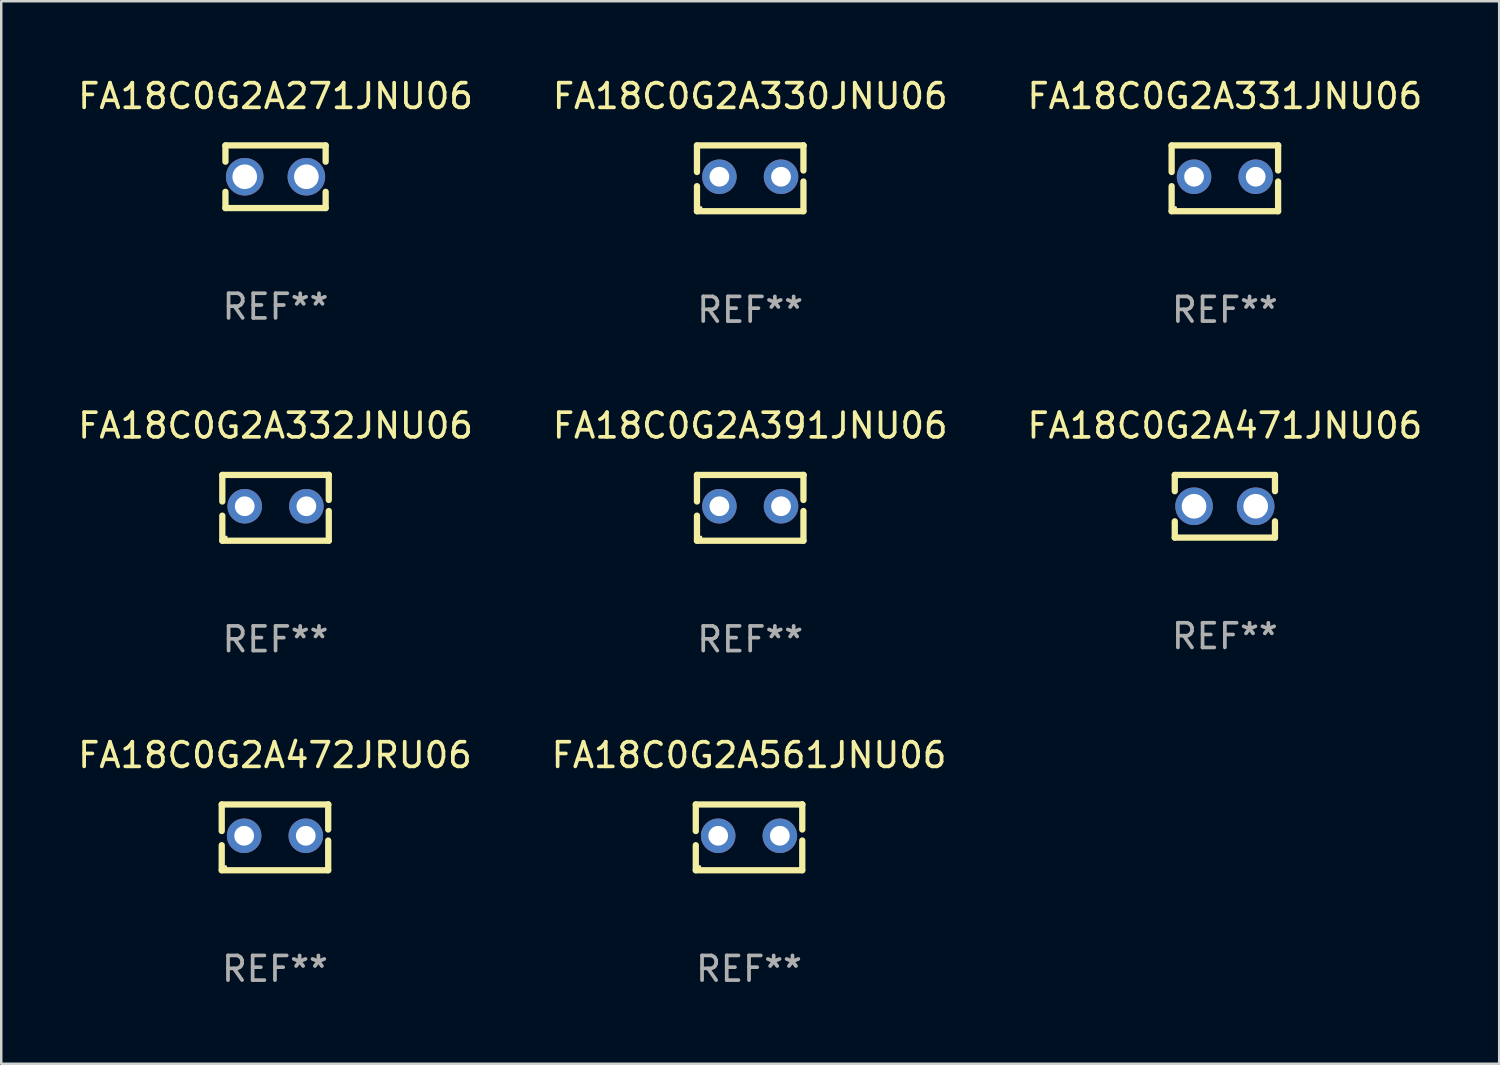
<source format=kicad_pcb>
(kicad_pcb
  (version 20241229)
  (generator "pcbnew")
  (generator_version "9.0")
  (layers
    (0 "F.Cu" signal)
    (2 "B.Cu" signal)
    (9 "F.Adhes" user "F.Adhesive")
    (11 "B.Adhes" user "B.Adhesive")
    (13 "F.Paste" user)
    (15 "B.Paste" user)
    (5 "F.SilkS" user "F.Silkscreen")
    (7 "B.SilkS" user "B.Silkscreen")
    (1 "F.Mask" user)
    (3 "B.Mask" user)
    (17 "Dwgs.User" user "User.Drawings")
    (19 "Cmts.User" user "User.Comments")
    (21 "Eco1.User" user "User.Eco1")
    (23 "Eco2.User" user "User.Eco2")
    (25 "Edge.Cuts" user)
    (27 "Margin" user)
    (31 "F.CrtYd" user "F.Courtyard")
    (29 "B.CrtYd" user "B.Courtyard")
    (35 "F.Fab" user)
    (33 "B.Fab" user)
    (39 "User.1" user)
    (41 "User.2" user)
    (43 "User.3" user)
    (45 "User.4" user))
  (footprint "FA18C0G2A391JNU06"
    (layer "F.Cu")
    (at 27.375 17.545)
    (property "Reference" "FA18C0G2A391JNU06" (at 0 -3.334 0) (layer "F.SilkS") (effects (font (size 1 1) (thickness 0.15))))
    (attr through_hole)
    (fp_line (start -2.159 -1.334) (end 2.159 -1.334) (stroke (width 0.254) (type solid)) (layer "F.SilkS"))
    (fp_line (start -2.159 -0.256) (end -2.159 -1.334) (stroke (width 0.254) (type solid)) (layer "F.SilkS"))
    (fp_line (start -2.159 1.334) (end -2.159 0.318) (stroke (width 0.254) (type solid)) (layer "F.SilkS"))
    (fp_line (start 2.159 -1.334) (end 2.159 -1.334) (stroke (width 0.254) (type solid)) (layer "F.SilkS"))
    (fp_line (start 2.159 -1.334) (end 2.159 -0.318) (stroke (width 0.254) (type solid)) (layer "F.SilkS"))
    (fp_line (start 2.159 0.129) (end 2.159 1.334) (stroke (width 0.254) (type solid)) (layer "F.SilkS"))
    (fp_line (start 2.159 1.334) (end -2.159 1.334) (stroke (width 0.254) (type solid)) (layer "F.SilkS"))
    (fp_circle (center -2 1.186) (end -1.97 1.186) (stroke (width 0.06) (type solid)) (fill no) (layer "F.SilkS"))
    (fp_text user "REF**" (at 0 5.334 0) (layer "F.Fab") (effects (font (size 1 1) (thickness 0.15))))
    (pad "1" thru_hole circle (at -1.25 -0.064) (size 1.4 1.4) (drill 0.8) (layers "*.Cu" "*.Mask"))
    (pad "2" thru_hole circle (at 1.25 -0.064) (size 1.4 1.4) (drill 0.8) (layers "*.Cu" "*.Mask")))
  (footprint "FA18C0G2A271JNU06"
    (layer "F.Cu")
    (at 8.125 4.118)
    (property "Reference" "FA18C0G2A271JNU06" (at 0 -3.27 0) (layer "F.SilkS") (effects (font (size 1 1) (thickness 0.15))))
    (attr through_hole)
    (fp_line (start -2.032 -1.27) (end -2.032 -0.611) (stroke (width 0.254) (type solid)) (layer "F.SilkS"))
    (fp_line (start -2.032 0.611) (end -2.032 1.27) (stroke (width 0.254) (type solid)) (layer "F.SilkS"))
    (fp_line (start -2.032 1.27) (end 2.032 1.27) (stroke (width 0.254) (type solid)) (layer "F.SilkS"))
    (fp_line (start 2.032 -1.27) (end -2.032 -1.27) (stroke (width 0.254) (type solid)) (layer "F.SilkS"))
    (fp_line (start 2.032 -0.611) (end 2.032 -1.27) (stroke (width 0.254) (type solid)) (layer "F.SilkS"))
    (fp_line (start 2.032 1.27) (end 2.032 0.611) (stroke (width 0.254) (type solid)) (layer "F.SilkS"))
    (fp_circle (center -2 1.25) (end -1.97 1.25) (stroke (width 0.06) (type solid)) (fill no) (layer "F.SilkS"))
    (fp_text user "REF**" (at 0 5.27 0) (layer "F.Fab") (effects (font (size 1 1) (thickness 0.15))))
    (pad "1" thru_hole circle (at -1.25 0) (size 1.524 1.524) (drill 1) (layers "*.Cu" "*.Mask"))
    (pad "2" thru_hole circle (at 1.25 0) (size 1.524 1.524) (drill 1) (layers "*.Cu" "*.Mask")))
  (footprint "FA18C0G2A561JNU06"
    (layer "F.Cu")
    (at 27.327 30.909)
    (property "Reference" "FA18C0G2A561JNU06" (at 0 -3.334 0) (layer "F.SilkS") (effects (font (size 1 1) (thickness 0.15))))
    (attr through_hole)
    (fp_line (start -2.159 -1.334) (end 2.159 -1.334) (stroke (width 0.254) (type solid)) (layer "F.SilkS"))
    (fp_line (start -2.159 -0.256) (end -2.159 -1.334) (stroke (width 0.254) (type solid)) (layer "F.SilkS"))
    (fp_line (start -2.159 1.334) (end -2.159 0.318) (stroke (width 0.254) (type solid)) (layer "F.SilkS"))
    (fp_line (start 2.159 -1.334) (end 2.159 -1.334) (stroke (width 0.254) (type solid)) (layer "F.SilkS"))
    (fp_line (start 2.159 -1.334) (end 2.159 -0.318) (stroke (width 0.254) (type solid)) (layer "F.SilkS"))
    (fp_line (start 2.159 0.129) (end 2.159 1.334) (stroke (width 0.254) (type solid)) (layer "F.SilkS"))
    (fp_line (start 2.159 1.334) (end -2.159 1.334) (stroke (width 0.254) (type solid)) (layer "F.SilkS"))
    (fp_circle (center -2 1.186) (end -1.97 1.186) (stroke (width 0.06) (type solid)) (fill no) (layer "F.SilkS"))
    (fp_text user "REF**" (at 0 5.334 0) (layer "F.Fab") (effects (font (size 1 1) (thickness 0.15))))
    (pad "1" thru_hole circle (at -1.25 -0.064) (size 1.4 1.4) (drill 0.8) (layers "*.Cu" "*.Mask"))
    (pad "2" thru_hole circle (at 1.25 -0.064) (size 1.4 1.4) (drill 0.8) (layers "*.Cu" "*.Mask")))
  (footprint "FA18C0G2A331JNU06"
    (layer "F.Cu")
    (at 46.625 4.182)
    (property "Reference" "FA18C0G2A331JNU06" (at 0 -3.334 0) (layer "F.SilkS") (effects (font (size 1 1) (thickness 0.15))))
    (attr through_hole)
    (fp_line (start -2.159 -1.334) (end 2.159 -1.334) (stroke (width 0.254) (type solid)) (layer "F.SilkS"))
    (fp_line (start -2.159 -0.256) (end -2.159 -1.334) (stroke (width 0.254) (type solid)) (layer "F.SilkS"))
    (fp_line (start -2.159 1.334) (end -2.159 0.318) (stroke (width 0.254) (type solid)) (layer "F.SilkS"))
    (fp_line (start 2.159 -1.334) (end 2.159 -1.334) (stroke (width 0.254) (type solid)) (layer "F.SilkS"))
    (fp_line (start 2.159 -1.334) (end 2.159 -0.318) (stroke (width 0.254) (type solid)) (layer "F.SilkS"))
    (fp_line (start 2.159 0.129) (end 2.159 1.334) (stroke (width 0.254) (type solid)) (layer "F.SilkS"))
    (fp_line (start 2.159 1.334) (end -2.159 1.334) (stroke (width 0.254) (type solid)) (layer "F.SilkS"))
    (fp_circle (center -2 1.186) (end -1.97 1.186) (stroke (width 0.06) (type solid)) (fill no) (layer "F.SilkS"))
    (fp_text user "REF**" (at 0 5.334 0) (layer "F.Fab") (effects (font (size 1 1) (thickness 0.15))))
    (pad "1" thru_hole circle (at -1.25 -0.064) (size 1.4 1.4) (drill 0.8) (layers "*.Cu" "*.Mask"))
    (pad "2" thru_hole circle (at 1.25 -0.064) (size 1.4 1.4) (drill 0.8) (layers "*.Cu" "*.Mask")))
  (footprint "FA18C0G2A472JRU06"
    (layer "F.Cu")
    (at 8.101 30.909)
    (property "Reference" "FA18C0G2A472JRU06" (at 0 -3.334 0) (layer "F.SilkS") (effects (font (size 1 1) (thickness 0.15))))
    (attr through_hole)
    (fp_line (start -2.159 -1.334) (end 2.159 -1.334) (stroke (width 0.254) (type solid)) (layer "F.SilkS"))
    (fp_line (start -2.159 -0.256) (end -2.159 -1.334) (stroke (width 0.254) (type solid)) (layer "F.SilkS"))
    (fp_line (start -2.159 1.334) (end -2.159 0.318) (stroke (width 0.254) (type solid)) (layer "F.SilkS"))
    (fp_line (start 2.159 -1.334) (end 2.159 -1.334) (stroke (width 0.254) (type solid)) (layer "F.SilkS"))
    (fp_line (start 2.159 -1.334) (end 2.159 -0.318) (stroke (width 0.254) (type solid)) (layer "F.SilkS"))
    (fp_line (start 2.159 0.129) (end 2.159 1.334) (stroke (width 0.254) (type solid)) (layer "F.SilkS"))
    (fp_line (start 2.159 1.334) (end -2.159 1.334) (stroke (width 0.254) (type solid)) (layer "F.SilkS"))
    (fp_circle (center -2 1.186) (end -1.97 1.186) (stroke (width 0.06) (type solid)) (fill no) (layer "F.SilkS"))
    (fp_text user "REF**" (at 0 5.334 0) (layer "F.Fab") (effects (font (size 1 1) (thickness 0.15))))
    (pad "1" thru_hole circle (at -1.25 -0.064) (size 1.4 1.4) (drill 0.8) (layers "*.Cu" "*.Mask"))
    (pad "2" thru_hole circle (at 1.25 -0.064) (size 1.4 1.4) (drill 0.8) (layers "*.Cu" "*.Mask")))
  (footprint "FA18C0G2A332JNU06"
    (layer "F.Cu")
    (at 8.125 17.545)
    (property "Reference" "FA18C0G2A332JNU06" (at 0 -3.334 0) (layer "F.SilkS") (effects (font (size 1 1) (thickness 0.15))))
    (attr through_hole)
    (fp_line (start -2.159 -1.334) (end 2.159 -1.334) (stroke (width 0.254) (type solid)) (layer "F.SilkS"))
    (fp_line (start -2.159 -0.256) (end -2.159 -1.334) (stroke (width 0.254) (type solid)) (layer "F.SilkS"))
    (fp_line (start -2.159 1.334) (end -2.159 0.318) (stroke (width 0.254) (type solid)) (layer "F.SilkS"))
    (fp_line (start 2.159 -1.334) (end 2.159 -1.334) (stroke (width 0.254) (type solid)) (layer "F.SilkS"))
    (fp_line (start 2.159 -1.334) (end 2.159 -0.318) (stroke (width 0.254) (type solid)) (layer "F.SilkS"))
    (fp_line (start 2.159 0.129) (end 2.159 1.334) (stroke (width 0.254) (type solid)) (layer "F.SilkS"))
    (fp_line (start 2.159 1.334) (end -2.159 1.334) (stroke (width 0.254) (type solid)) (layer "F.SilkS"))
    (fp_circle (center -2 1.186) (end -1.97 1.186) (stroke (width 0.06) (type solid)) (fill no) (layer "F.SilkS"))
    (fp_text user "REF**" (at 0 5.334 0) (layer "F.Fab") (effects (font (size 1 1) (thickness 0.15))))
    (pad "1" thru_hole circle (at -1.25 -0.064) (size 1.4 1.4) (drill 0.8) (layers "*.Cu" "*.Mask"))
    (pad "2" thru_hole circle (at 1.25 -0.064) (size 1.4 1.4) (drill 0.8) (layers "*.Cu" "*.Mask")))
  (footprint "FA18C0G2A330JNU06"
    (layer "F.Cu")
    (at 27.375 4.182)
    (property "Reference" "FA18C0G2A330JNU06" (at 0 -3.334 0) (layer "F.SilkS") (effects (font (size 1 1) (thickness 0.15))))
    (attr through_hole)
    (fp_line (start -2.159 -1.334) (end 2.159 -1.334) (stroke (width 0.254) (type solid)) (layer "F.SilkS"))
    (fp_line (start -2.159 -0.256) (end -2.159 -1.334) (stroke (width 0.254) (type solid)) (layer "F.SilkS"))
    (fp_line (start -2.159 1.334) (end -2.159 0.318) (stroke (width 0.254) (type solid)) (layer "F.SilkS"))
    (fp_line (start 2.159 -1.334) (end 2.159 -1.334) (stroke (width 0.254) (type solid)) (layer "F.SilkS"))
    (fp_line (start 2.159 -1.334) (end 2.159 -0.318) (stroke (width 0.254) (type solid)) (layer "F.SilkS"))
    (fp_line (start 2.159 0.129) (end 2.159 1.334) (stroke (width 0.254) (type solid)) (layer "F.SilkS"))
    (fp_line (start 2.159 1.334) (end -2.159 1.334) (stroke (width 0.254) (type solid)) (layer "F.SilkS"))
    (fp_circle (center -2 1.186) (end -1.97 1.186) (stroke (width 0.06) (type solid)) (fill no) (layer "F.SilkS"))
    (fp_text user "REF**" (at 0 5.334 0) (layer "F.Fab") (effects (font (size 1 1) (thickness 0.15))))
    (pad "1" thru_hole circle (at -1.25 -0.064) (size 1.4 1.4) (drill 0.8) (layers "*.Cu" "*.Mask"))
    (pad "2" thru_hole circle (at 1.25 -0.064) (size 1.4 1.4) (drill 0.8) (layers "*.Cu" "*.Mask")))
  (footprint "FA18C0G2A471JNU06"
    (layer "F.Cu")
    (at 46.625 17.482)
    (property "Reference" "FA18C0G2A471JNU06" (at 0 -3.27 0) (layer "F.SilkS") (effects (font (size 1 1) (thickness 0.15))))
    (attr through_hole)
    (fp_line (start -2.032 -1.27) (end -2.032 -0.611) (stroke (width 0.254) (type solid)) (layer "F.SilkS"))
    (fp_line (start -2.032 0.611) (end -2.032 1.27) (stroke (width 0.254) (type solid)) (layer "F.SilkS"))
    (fp_line (start -2.032 1.27) (end 2.032 1.27) (stroke (width 0.254) (type solid)) (layer "F.SilkS"))
    (fp_line (start 2.032 -1.27) (end -2.032 -1.27) (stroke (width 0.254) (type solid)) (layer "F.SilkS"))
    (fp_line (start 2.032 -0.611) (end 2.032 -1.27) (stroke (width 0.254) (type solid)) (layer "F.SilkS"))
    (fp_line (start 2.032 1.27) (end 2.032 0.611) (stroke (width 0.254) (type solid)) (layer "F.SilkS"))
    (fp_circle (center -2 1.25) (end -1.97 1.25) (stroke (width 0.06) (type solid)) (fill no) (layer "F.SilkS"))
    (fp_text user "REF**" (at 0 5.27 0) (layer "F.Fab") (effects (font (size 1 1) (thickness 0.15))))
    (pad "1" thru_hole circle (at -1.25 0) (size 1.524 1.524) (drill 1) (layers "*.Cu" "*.Mask"))
    (pad "2" thru_hole circle (at 1.25 0) (size 1.524 1.524) (drill 1) (layers "*.Cu" "*.Mask")))
  (gr_rect
    (start -3 -3)
    (end 57.75 40.091)
    (stroke (width 0.1) (type default))
    (fill no)
    (layer "Edge.Cuts")))
</source>
